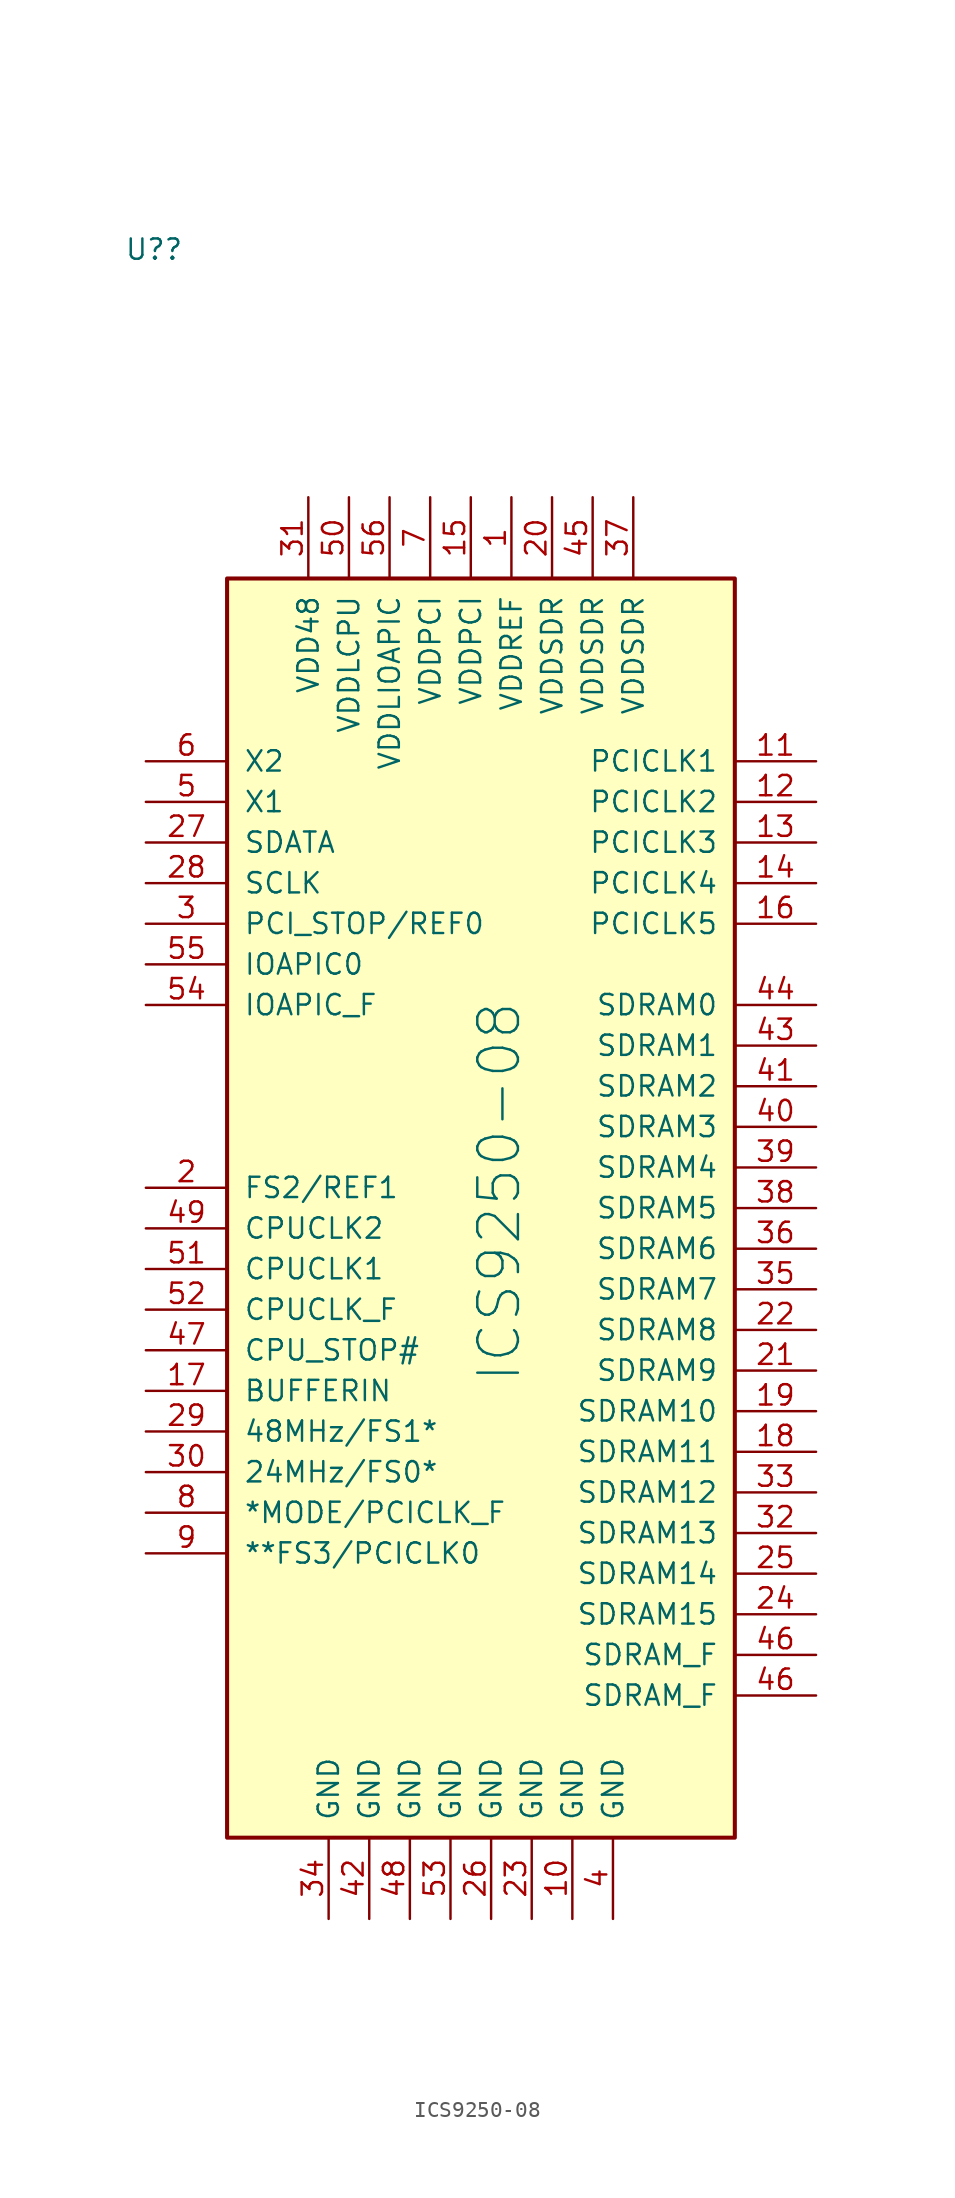
<source format=kicad_sym>
(kicad_symbol_lib
  (version 20240819)
  (generator "kicad_symbol_editor")
  (generator_version "8.99")
  (symbol "ICS9250-08"
    (pin_names
      (offset 1.016))
    (property "Reference" "U?"
      (at -59.182 62.484 0)
      (effects (font (size 1.27 1.27))))
    (property "Value" "ICS9250-08"
      (at -37.592 3.556 90)
      (effects (font (size 2.54 2.54))))
    (symbol "ICS9250-08_0_1"
      (rectangle (start -54.61 41.91) (end -22.86 -36.83) (stroke (width 0.254) (type default)) (fill (type background))))
    (symbol "ICS9250-08_1_1"
      (pin unspecified line (at -59.69 30.48 0) (length 5.08) (name "X2" (effects (font (size 1.27 1.27)))) (number "6" (effects (font (size 1.27 1.27)))))
      (pin unspecified line (at -59.69 27.94 0) (length 5.08) (name "X1" (effects (font (size 1.27 1.27)))) (number "5" (effects (font (size 1.27 1.27)))))
      (pin unspecified line (at -59.69 25.4 0) (length 5.08) (name "SDATA" (effects (font (size 1.27 1.27)))) (number "27" (effects (font (size 1.27 1.27)))))
      (pin unspecified line (at -59.69 22.86 0) (length 5.08) (name "SCLK" (effects (font (size 1.27 1.27)))) (number "28" (effects (font (size 1.27 1.27)))))
      (pin unspecified line (at -59.69 20.32 0) (length 5.08) (name "PCI_STOP/REF0" (effects (font (size 1.27 1.27)))) (number "3" (effects (font (size 1.27 1.27)))))
      (pin unspecified line (at -59.69 17.78 0) (length 5.08) (name "IOAPIC0" (effects (font (size 1.27 1.27)))) (number "55" (effects (font (size 1.27 1.27)))))
      (pin unspecified line (at -59.69 15.24 0) (length 5.08) (name "IOAPIC_F" (effects (font (size 1.27 1.27)))) (number "54" (effects (font (size 1.27 1.27)))))
      (pin unspecified line (at -59.69 3.81 0) (length 5.08) (name "FS2/REF1" (effects (font (size 1.27 1.27)))) (number "2" (effects (font (size 1.27 1.27)))))
      (pin unspecified line (at -59.69 1.27 0) (length 5.08) (name "CPUCLK2" (effects (font (size 1.27 1.27)))) (number "49" (effects (font (size 1.27 1.27)))))
      (pin unspecified line (at -59.69 -1.27 0) (length 5.08) (name "CPUCLK1" (effects (font (size 1.27 1.27)))) (number "51" (effects (font (size 1.27 1.27)))))
      (pin unspecified line (at -59.69 -3.81 0) (length 5.08) (name "CPUCLK_F" (effects (font (size 1.27 1.27)))) (number "52" (effects (font (size 1.27 1.27)))))
      (pin unspecified line (at -59.69 -6.35 0) (length 5.08) (name "CPU_STOP#" (effects (font (size 1.27 1.27)))) (number "47" (effects (font (size 1.27 1.27)))))
      (pin unspecified line (at -59.69 -8.89 0) (length 5.08) (name "BUFFERIN" (effects (font (size 1.27 1.27)))) (number "17" (effects (font (size 1.27 1.27)))))
      (pin unspecified line (at -59.69 -11.43 0) (length 5.08) (name "48MHz/FS1*" (effects (font (size 1.27 1.27)))) (number "29" (effects (font (size 1.27 1.27)))))
      (pin unspecified line (at -59.69 -13.97 0) (length 5.08) (name "24MHz/FS0*" (effects (font (size 1.27 1.27)))) (number "30" (effects (font (size 1.27 1.27)))))
      (pin unspecified line (at -59.69 -16.51 0) (length 5.08) (name "*MODE/PCICLK_F" (effects (font (size 1.27 1.27)))) (number "8" (effects (font (size 1.27 1.27)))))
      (pin unspecified line (at -59.69 -19.05 0) (length 5.08) (name "**FS3/PCICLK0" (effects (font (size 1.27 1.27)))) (number "9" (effects (font (size 1.27 1.27)))))
      (pin unspecified line (at -49.53 46.99 270) (length 5.08) (name "VDD48" (effects (font (size 1.27 1.27)))) (number "31" (effects (font (size 1.27 1.27)))))
      (pin power_out line (at -48.26 -41.91 90) (length 5.08) (name "GND" (effects (font (size 1.27 1.27)))) (number "34" (effects (font (size 1.27 1.27)))))
      (pin unspecified line (at -46.99 46.99 270) (length 5.08) (name "VDDLCPU" (effects (font (size 1.27 1.27)))) (number "50" (effects (font (size 1.27 1.27)))))
      (pin power_out line (at -45.72 -41.91 90) (length 5.08) (name "GND" (effects (font (size 1.27 1.27)))) (number "42" (effects (font (size 1.27 1.27)))))
      (pin unspecified line (at -44.45 46.99 270) (length 5.08) (name "VDDLIOAPIC" (effects (font (size 1.27 1.27)))) (number "56" (effects (font (size 1.27 1.27)))))
      (pin power_out line (at -43.18 -41.91 90) (length 5.08) (name "GND" (effects (font (size 1.27 1.27)))) (number "48" (effects (font (size 1.27 1.27)))))
      (pin unspecified line (at -41.91 46.99 270) (length 5.08) (name "VDDPCI" (effects (font (size 1.27 1.27)))) (number "7" (effects (font (size 1.27 1.27)))))
      (pin power_out line (at -40.64 -41.91 90) (length 5.08) (name "GND" (effects (font (size 1.27 1.27)))) (number "53" (effects (font (size 1.27 1.27)))))
      (pin unspecified line (at -39.37 46.99 270) (length 5.08) (name "VDDPCI" (effects (font (size 1.27 1.27)))) (number "15" (effects (font (size 1.27 1.27)))))
      (pin power_out line (at -38.1 -41.91 90) (length 5.08) (name "GND" (effects (font (size 1.27 1.27)))) (number "26" (effects (font (size 1.27 1.27)))))
      (pin unspecified line (at -36.83 46.99 270) (length 5.08) (name "VDDREF" (effects (font (size 1.27 1.27)))) (number "1" (effects (font (size 1.27 1.27)))))
      (pin power_out line (at -35.56 -41.91 90) (length 5.08) (name "GND" (effects (font (size 1.27 1.27)))) (number "23" (effects (font (size 1.27 1.27)))))
      (pin unspecified line (at -34.29 46.99 270) (length 5.08) (name "VDDSDR" (effects (font (size 1.27 1.27)))) (number "20" (effects (font (size 1.27 1.27)))))
      (pin power_out line (at -33.02 -41.91 90) (length 5.08) (name "GND" (effects (font (size 1.27 1.27)))) (number "10" (effects (font (size 1.27 1.27)))))
      (pin unspecified line (at -31.75 46.99 270) (length 5.08) (name "VDDSDR" (effects (font (size 1.27 1.27)))) (number "45" (effects (font (size 1.27 1.27)))))
      (pin power_out line (at -30.48 -41.91 90) (length 5.08) (name "GND" (effects (font (size 1.27 1.27)))) (number "4" (effects (font (size 1.27 1.27)))))
      (pin unspecified line (at -29.21 46.99 270) (length 5.08) (name "VDDSDR" (effects (font (size 1.27 1.27)))) (number "37" (effects (font (size 1.27 1.27)))))
      (pin unspecified line (at -17.78 30.48 180) (length 5.08) (name "PCICLK1" (effects (font (size 1.27 1.27)))) (number "11" (effects (font (size 1.27 1.27)))))
      (pin unspecified line (at -17.78 27.94 180) (length 5.08) (name "PCICLK2" (effects (font (size 1.27 1.27)))) (number "12" (effects (font (size 1.27 1.27)))))
      (pin unspecified line (at -17.78 25.4 180) (length 5.08) (name "PCICLK3" (effects (font (size 1.27 1.27)))) (number "13" (effects (font (size 1.27 1.27)))))
      (pin unspecified line (at -17.78 22.86 180) (length 5.08) (name "PCICLK4" (effects (font (size 1.27 1.27)))) (number "14" (effects (font (size 1.27 1.27)))))
      (pin unspecified line (at -17.78 20.32 180) (length 5.08) (name "PCICLK5" (effects (font (size 1.27 1.27)))) (number "16" (effects (font (size 1.27 1.27)))))
      (pin unspecified line (at -17.78 15.24 180) (length 5.08) (name "SDRAM0" (effects (font (size 1.27 1.27)))) (number "44" (effects (font (size 1.27 1.27)))))
      (pin unspecified line (at -17.78 12.7 180) (length 5.08) (name "SDRAM1" (effects (font (size 1.27 1.27)))) (number "43" (effects (font (size 1.27 1.27)))))
      (pin unspecified line (at -17.78 10.16 180) (length 5.08) (name "SDRAM2" (effects (font (size 1.27 1.27)))) (number "41" (effects (font (size 1.27 1.27)))))
      (pin unspecified line (at -17.78 7.62 180) (length 5.08) (name "SDRAM3" (effects (font (size 1.27 1.27)))) (number "40" (effects (font (size 1.27 1.27)))))
      (pin unspecified line (at -17.78 5.08 180) (length 5.08) (name "SDRAM4" (effects (font (size 1.27 1.27)))) (number "39" (effects (font (size 1.27 1.27)))))
      (pin unspecified line (at -17.78 2.54 180) (length 5.08) (name "SDRAM5" (effects (font (size 1.27 1.27)))) (number "38" (effects (font (size 1.27 1.27)))))
      (pin unspecified line (at -17.78 0 180) (length 5.08) (name "SDRAM6" (effects (font (size 1.27 1.27)))) (number "36" (effects (font (size 1.27 1.27)))))
      (pin unspecified line (at -17.78 -2.54 180) (length 5.08) (name "SDRAM7" (effects (font (size 1.27 1.27)))) (number "35" (effects (font (size 1.27 1.27)))))
      (pin unspecified line (at -17.78 -5.08 180) (length 5.08) (name "SDRAM8" (effects (font (size 1.27 1.27)))) (number "22" (effects (font (size 1.27 1.27)))))
      (pin unspecified line (at -17.78 -7.62 180) (length 5.08) (name "SDRAM9" (effects (font (size 1.27 1.27)))) (number "21" (effects (font (size 1.27 1.27)))))
      (pin unspecified line (at -17.78 -10.16 180) (length 5.08) (name "SDRAM10" (effects (font (size 1.27 1.27)))) (number "19" (effects (font (size 1.27 1.27)))))
      (pin unspecified line (at -17.78 -12.7 180) (length 5.08) (name "SDRAM11" (effects (font (size 1.27 1.27)))) (number "18" (effects (font (size 1.27 1.27)))))
      (pin unspecified line (at -17.78 -15.24 180) (length 5.08) (name "SDRAM12" (effects (font (size 1.27 1.27)))) (number "33" (effects (font (size 1.27 1.27)))))
      (pin unspecified line (at -17.78 -17.78 180) (length 5.08) (name "SDRAM13" (effects (font (size 1.27 1.27)))) (number "32" (effects (font (size 1.27 1.27)))))
      (pin unspecified line (at -17.78 -20.32 180) (length 5.08) (name "SDRAM14" (effects (font (size 1.27 1.27)))) (number "25" (effects (font (size 1.27 1.27)))))
      (pin unspecified line (at -17.78 -22.86 180) (length 5.08) (name "SDRAM15" (effects (font (size 1.27 1.27)))) (number "24" (effects (font (size 1.27 1.27)))))
      (pin unspecified line (at -17.78 -25.4 180) (length 5.08) (name "SDRAM_F" (effects (font (size 1.27 1.27)))) (number "46" (effects (font (size 1.27 1.27)))))
      (pin unspecified line (at -17.78 -27.94 180) (length 5.08) (name "SDRAM_F" (effects (font (size 1.27 1.27)))) (number "46" (effects (font (size 1.27 1.27))))))))
</source>
